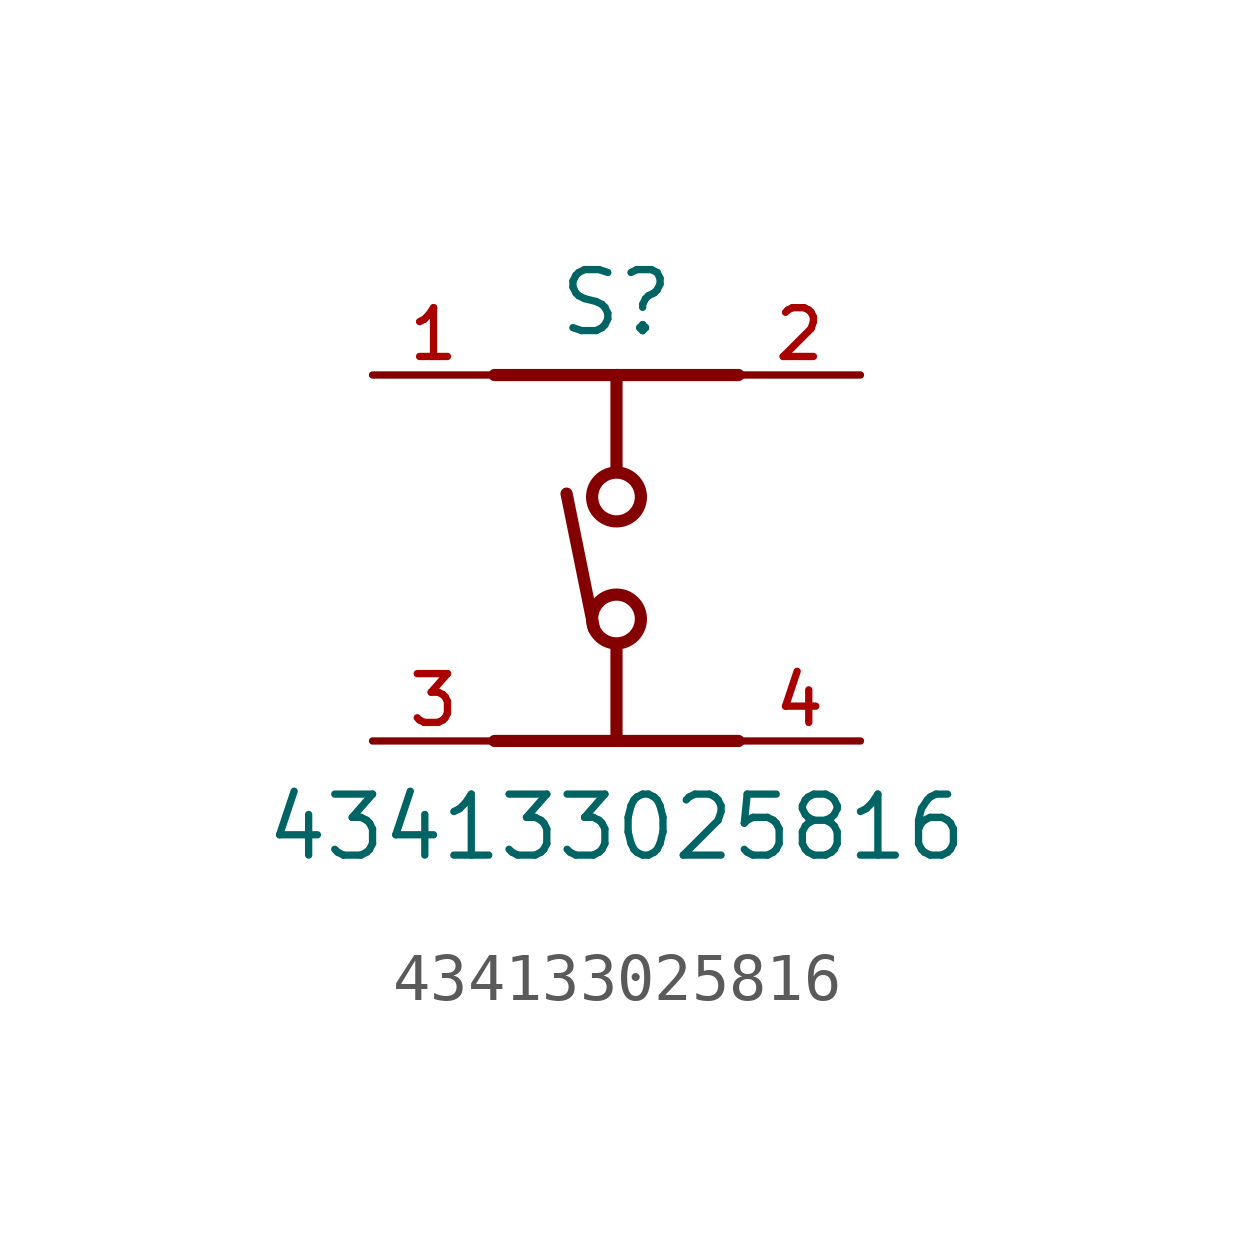
<source format=kicad_sym>
(kicad_symbol_lib
  (version 20211014)
  (generator kicad_symbol_editor)
  (symbol "434133025816"
    (pin_names
      (offset 1.016))
    (property "Reference" "S"
      (at 0.0 5.842 0)
      (effects (font (size 1.27 1.27)) (justify bottom)))
    (property "Value" "434133025816"
      (at 0.0 -5.08 0)
      (effects (font (size 1.27 1.27)) (justify bottom)))
    (symbol "434133025816_0_0"
      (polyline (pts (xy -2.54 5.08) (xy 2.54 5.08)) (stroke (width 0.254)))
      (polyline (pts (xy -2.54 -2.54) (xy 2.54 -2.54)) (stroke (width 0.254)))
      (polyline (pts (xy -0.47 -0.2) (xy -1.04 2.61)) (stroke (width 0.254)))
      (polyline (pts (xy 0.0 3.075) (xy 0.0 5.08)) (stroke (width 0.254)))
      (polyline (pts (xy 0.0 -0.535) (xy 0.0 -2.54)) (stroke (width 0.254)))
      (circle (center 0.0 0.0) (radius 0.508) (stroke (width 0.254)) (fill (type none)))
      (circle (center 0.0 2.54) (radius 0.508) (stroke (width 0.254)) (fill (type none)))
      (pin passive line (at -5.08 5.08 0) (length 2.54) (name "~" (effects (font (size 1.016 1.016)))) (number "1" (effects (font (size 1.016 1.016)))))
      (pin passive line (at -5.08 -2.54 0) (length 2.54) (name "~" (effects (font (size 1.016 1.016)))) (number "3" (effects (font (size 1.016 1.016)))))
      (pin passive line (at 5.08 5.08 180.0) (length 2.54) (name "~" (effects (font (size 1.016 1.016)))) (number "2" (effects (font (size 1.016 1.016)))))
      (pin passive line (at 5.08 -2.54 180.0) (length 2.54) (name "~" (effects (font (size 1.016 1.016)))) (number "4" (effects (font (size 1.016 1.016))))))))
</source>
